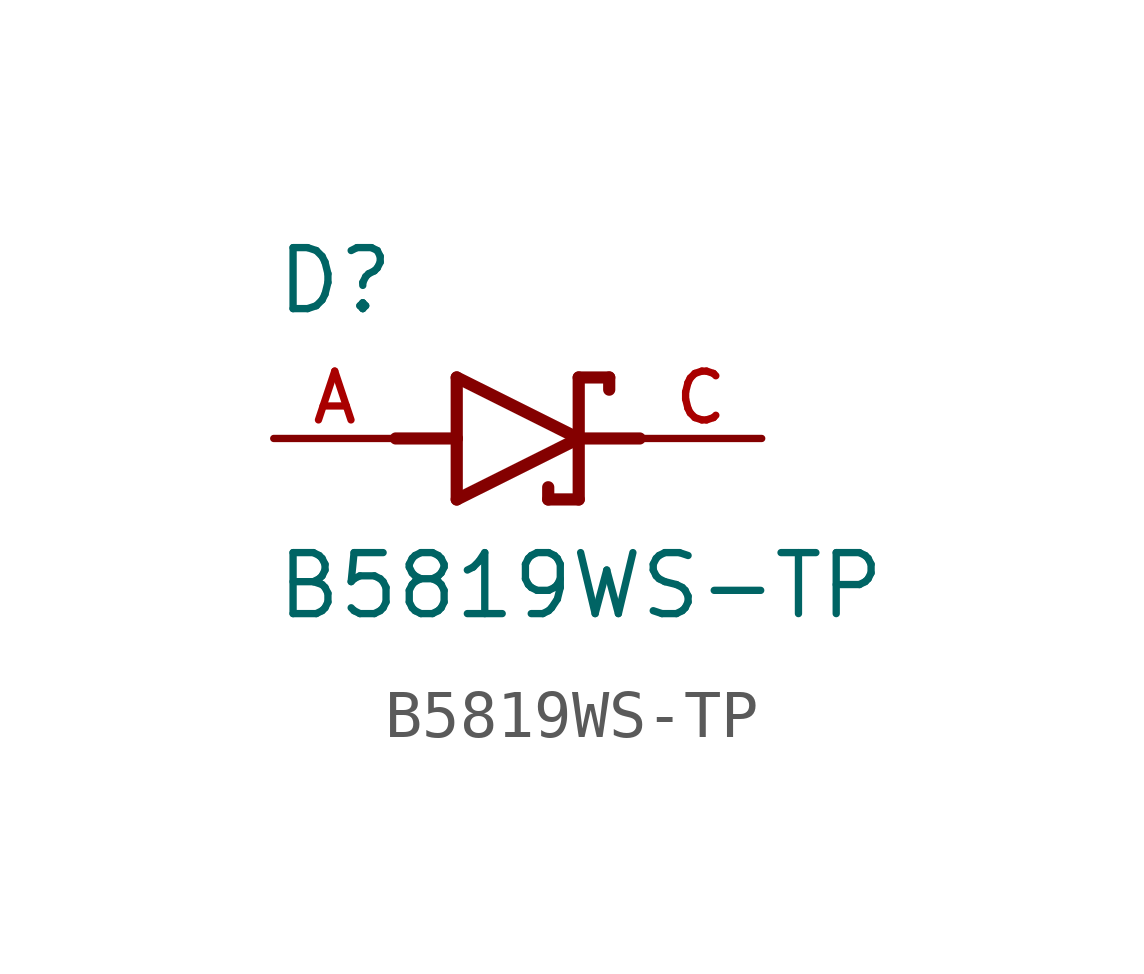
<source format=kicad_sym>
(kicad_symbol_lib
  (version 20211014)
  (generator kicad_symbol_editor)
  (symbol "B5819WS-TP"
    (pin_names
      (offset 1.016))
    (property "Reference" "D"
      (at -5.08 2.54 0)
      (effects (font (size 1.27 1.27)) (justify bottom left)))
    (property "Value" "B5819WS-TP"
      (at -5.08 -3.81 0)
      (effects (font (size 1.27 1.27)) (justify bottom left)))
    (symbol "B5819WS-TP_0_0"
      (polyline (pts (xy -1.27 -1.27) (xy 1.27 0.0)) (stroke (width 0.254)))
      (polyline (pts (xy 1.27 0.0) (xy -1.27 1.27)) (stroke (width 0.254)))
      (polyline (pts (xy 1.905 1.27) (xy 1.27 1.27)) (stroke (width 0.254)))
      (polyline (pts (xy 1.27 1.27) (xy 1.27 0.0)) (stroke (width 0.254)))
      (polyline (pts (xy -1.27 1.27) (xy -1.27 0.0)) (stroke (width 0.254)))
      (polyline (pts (xy -1.27 0.0) (xy -1.27 -1.27)) (stroke (width 0.254)))
      (polyline (pts (xy 1.27 0.0) (xy 1.27 -1.27)) (stroke (width 0.254)))
      (polyline (pts (xy 1.905 1.27) (xy 1.905 1.016)) (stroke (width 0.254)))
      (polyline (pts (xy 1.27 -1.27) (xy 0.635 -1.27)) (stroke (width 0.254)))
      (polyline (pts (xy 0.635 -1.016) (xy 0.635 -1.27)) (stroke (width 0.254)))
      (polyline (pts (xy -2.54 0.0) (xy -1.27 0.0)) (stroke (width 0.254)))
      (polyline (pts (xy 2.54 0.0) (xy 1.27 0.0)) (stroke (width 0.254)))
      (pin passive line (at 5.08 0.0 180.0) (length 2.54) (name "~" (effects (font (size 1.016 1.016)))) (number "C" (effects (font (size 1.016 1.016)))))
      (pin passive line (at -5.08 0.0 0) (length 2.54) (name "~" (effects (font (size 1.016 1.016)))) (number "A" (effects (font (size 1.016 1.016))))))))
</source>
